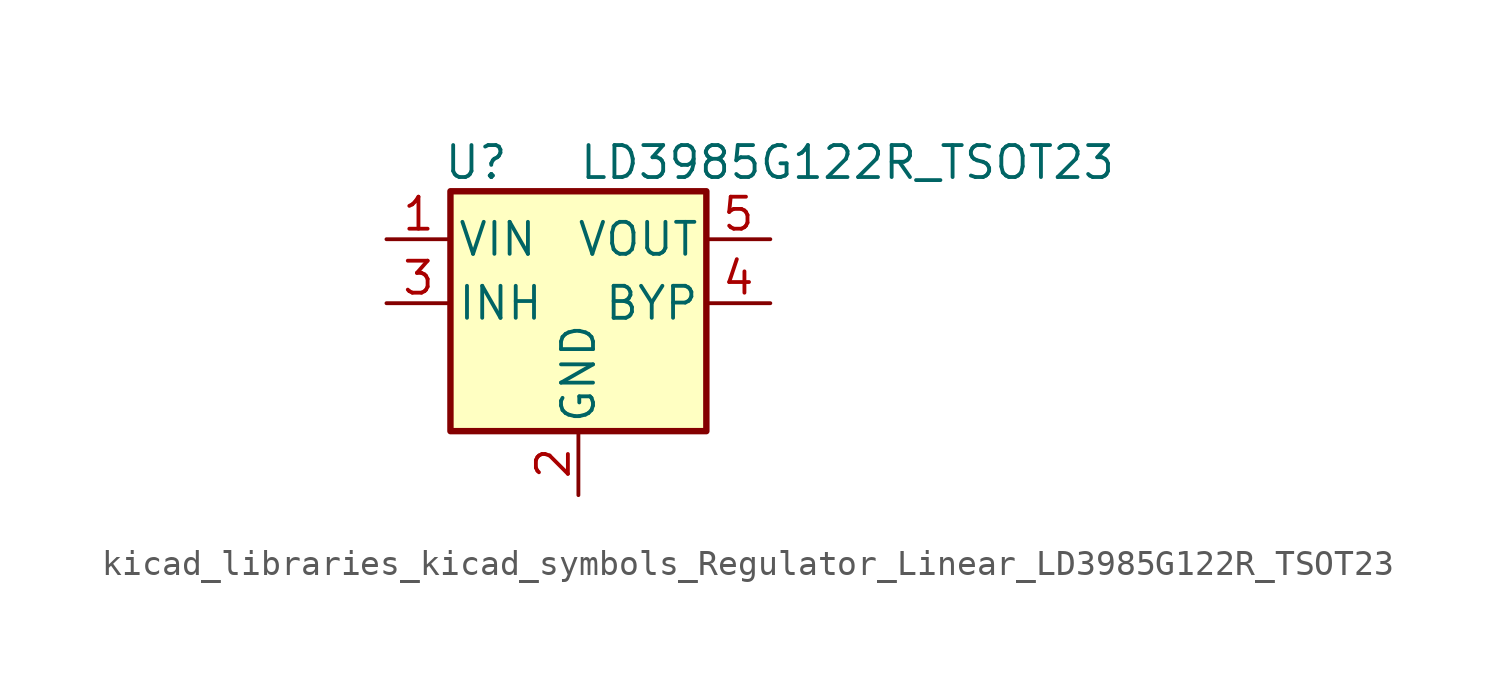
<source format=kicad_sym>
(kicad_symbol_lib
  (version 20220914)
  (generator kicad_symbol_editor)
  (symbol "kicad_libraries_kicad_symbols_Regulator_Linear_LD3985G122R_TSOT23"
    (pin_names
      (offset 0.254))
    (property "Reference" "U"
      (at -4.064 5.588 0)
      (effects (font (size 1.27 1.27))))
    (property "Value" "LD3985G122R_TSOT23"
      (at 0 5.588 0)
      (effects (font (size 1.27 1.27)) (justify left)))
    (symbol "kicad_libraries_kicad_symbols_Regulator_Linear_LD3985G122R_TSOT23_0_1"
      (rectangle (start -5.08 4.445) (end 5.08 -5.08) (stroke (width 0.254) (type default)) (fill (type background))))
    (symbol "kicad_libraries_kicad_symbols_Regulator_Linear_LD3985G122R_TSOT23_1_1"
      (pin power_in line (at -7.62 2.54 0) (length 2.54) (name "VIN" (effects (font (size 1.27 1.27)))) (number "1" (effects (font (size 1.27 1.27)))))
      (pin power_in line (at 0 -7.62 90) (length 2.54) (name "GND" (effects (font (size 1.27 1.27)))) (number "2" (effects (font (size 1.27 1.27)))))
      (pin input line (at -7.62 0 0) (length 2.54) (name "INH" (effects (font (size 1.27 1.27)))) (number "3" (effects (font (size 1.27 1.27)))))
      (pin input line (at 7.62 0 180) (length 2.54) (name "BYP" (effects (font (size 1.27 1.27)))) (number "4" (effects (font (size 1.27 1.27)))))
      (pin power_out line (at 7.62 2.54 180) (length 2.54) (name "VOUT" (effects (font (size 1.27 1.27)))) (number "5" (effects (font (size 1.27 1.27))))))))
</source>
